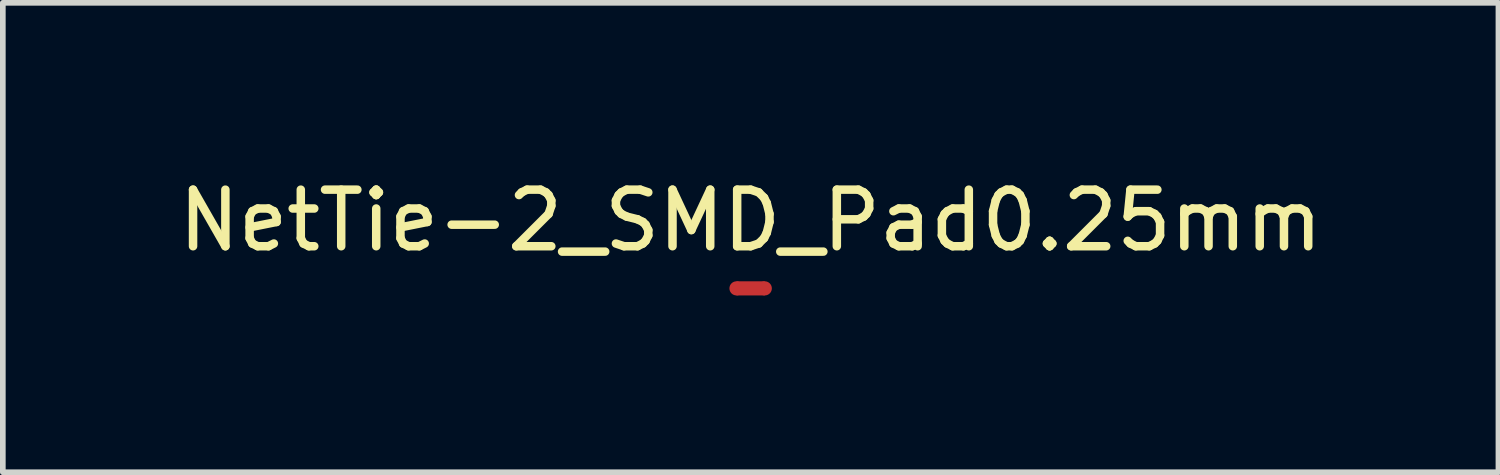
<source format=kicad_pcb>
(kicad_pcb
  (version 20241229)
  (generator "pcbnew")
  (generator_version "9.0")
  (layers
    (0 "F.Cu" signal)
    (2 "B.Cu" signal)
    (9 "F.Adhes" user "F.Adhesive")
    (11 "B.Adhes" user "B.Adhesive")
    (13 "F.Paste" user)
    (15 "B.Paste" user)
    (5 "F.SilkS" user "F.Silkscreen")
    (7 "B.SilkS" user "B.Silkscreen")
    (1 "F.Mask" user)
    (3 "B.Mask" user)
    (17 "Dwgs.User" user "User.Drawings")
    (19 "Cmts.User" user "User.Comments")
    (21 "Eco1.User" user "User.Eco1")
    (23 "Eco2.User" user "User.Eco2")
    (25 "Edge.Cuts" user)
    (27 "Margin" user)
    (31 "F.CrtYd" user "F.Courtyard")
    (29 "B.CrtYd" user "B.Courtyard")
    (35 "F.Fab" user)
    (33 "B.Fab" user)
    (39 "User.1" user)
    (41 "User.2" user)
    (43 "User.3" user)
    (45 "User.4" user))
  (footprint "NetTie-2_SMD_Pad0.25mm"
    (layer "F.Cu")
    (at 10.22 2.048)
    (property "Reference" "NetTie-2_SMD_Pad0.25mm" (at 0 -1.2 0) (layer "F.SilkS") (effects (font (size 1 1) (thickness 0.15))))
    (attr exclude_from_pos_files exclude_from_bom allow_missing_courtyard)
    (fp_poly (pts (xy -0.25 -0.125) (xy 0.25 -0.125) (xy 0.25 0.125) (xy -0.25 0.125)) (stroke (width 0) (type solid)) (fill yes) (layer "F.Cu"))
    (pad "1" smd circle (at -0.25 0) (size 0.25 0.25) (layers "F.Cu"))
    (pad "2" smd circle (at 0.25 0) (size 0.25 0.25) (layers "F.Cu")))
  (gr_rect
    (start -3 -3)
    (end 23.44 5.298)
    (stroke (width 0.1) (type default))
    (fill no)
    (layer "Edge.Cuts")))
</source>
